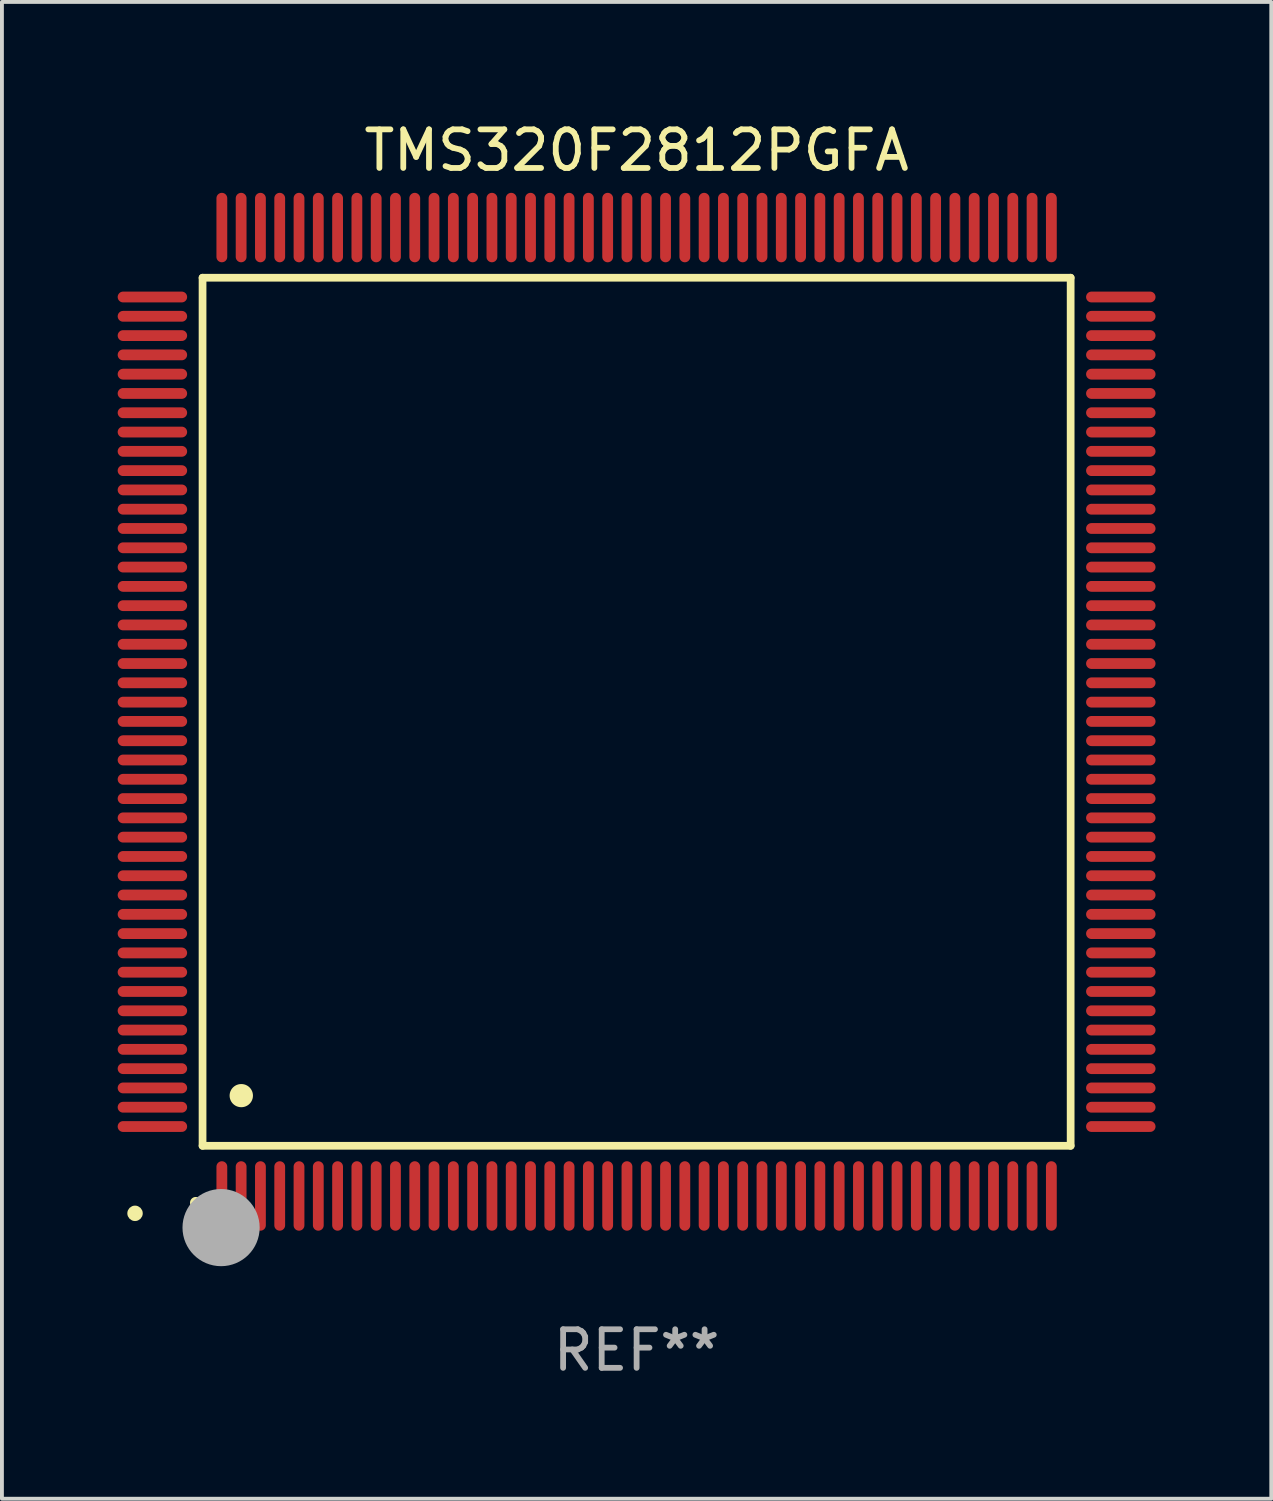
<source format=kicad_pcb>
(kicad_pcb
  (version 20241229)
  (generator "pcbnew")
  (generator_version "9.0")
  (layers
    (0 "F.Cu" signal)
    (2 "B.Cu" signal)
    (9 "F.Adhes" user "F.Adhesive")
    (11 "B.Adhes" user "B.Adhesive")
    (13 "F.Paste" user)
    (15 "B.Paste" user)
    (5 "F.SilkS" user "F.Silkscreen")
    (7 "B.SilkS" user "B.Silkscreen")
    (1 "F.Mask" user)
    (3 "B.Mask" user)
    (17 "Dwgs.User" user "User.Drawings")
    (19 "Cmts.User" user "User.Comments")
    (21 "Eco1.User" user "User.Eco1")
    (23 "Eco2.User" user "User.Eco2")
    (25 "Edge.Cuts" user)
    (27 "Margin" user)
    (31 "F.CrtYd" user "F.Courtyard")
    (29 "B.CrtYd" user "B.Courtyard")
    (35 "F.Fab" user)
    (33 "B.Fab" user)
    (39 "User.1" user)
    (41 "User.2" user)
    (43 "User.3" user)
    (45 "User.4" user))
  (footprint "TMS320F2812PGFA"
    (layer "F.Cu")
    (at 13.45 15.398)
    (property "Reference" "TMS320F2812PGFA" (at 0 -14.55 0) (layer "F.SilkS") (effects (font (size 1 1) (thickness 0.15))))
    (attr through_hole)
    (fp_line (start -11.25 -11.25) (end 11.25 -11.25) (stroke (width 0.2) (type solid)) (layer "F.SilkS"))
    (fp_line (start -11.25 11.25) (end -11.25 -11.25) (stroke (width 0.2) (type solid)) (layer "F.SilkS"))
    (fp_line (start 11.25 -11.25) (end 11.25 11.25) (stroke (width 0.2) (type solid)) (layer "F.SilkS"))
    (fp_line (start 11.25 11.25) (end -11.25 11.25) (stroke (width 0.2) (type solid)) (layer "F.SilkS"))
    (fp_arc (start -11.424943 12.725425) (mid -11.423673 12.72542) (end -11.422403 12.725425) (stroke (width 0.3) (type solid)) (layer "F.SilkS"))
    (fp_arc (start -10.24892 9.9492) (mid -10.24638 9.949189) (end -10.24384 9.9492) (stroke (width 0.6) (type solid)) (layer "F.SilkS"))
    (fp_circle (center -13 13) (end -12.9 13) (stroke (width 0.2) (type solid)) (fill no) (layer "F.SilkS"))
    (fp_circle (center -10.77 13.37) (end -10.27 13.37) (stroke (width 1) (type solid)) (fill no) (layer "F.Fab"))
    (fp_text user "REF**" (at 0 16.55 0) (layer "F.Fab") (effects (font (size 1 1) (thickness 0.15))))
    (pad "1" smd oval (at -10.75 12.55) (size 0.28 1.8) (layers "F.Cu" "F.Mask" "F.Paste"))
    (pad "2" smd oval (at -10.25 12.55) (size 0.28 1.8) (layers "F.Cu" "F.Mask" "F.Paste"))
    (pad "3" smd oval (at -9.75 12.55) (size 0.28 1.8) (layers "F.Cu" "F.Mask" "F.Paste"))
    (pad "4" smd oval (at -9.25 12.55) (size 0.28 1.8) (layers "F.Cu" "F.Mask" "F.Paste"))
    (pad "5" smd oval (at -8.75 12.55) (size 0.28 1.8) (layers "F.Cu" "F.Mask" "F.Paste"))
    (pad "6" smd oval (at -8.25 12.55) (size 0.28 1.8) (layers "F.Cu" "F.Mask" "F.Paste"))
    (pad "7" smd oval (at -7.75 12.55) (size 0.28 1.8) (layers "F.Cu" "F.Mask" "F.Paste"))
    (pad "8" smd oval (at -7.25 12.55) (size 0.28 1.8) (layers "F.Cu" "F.Mask" "F.Paste"))
    (pad "9" smd oval (at -6.75 12.55) (size 0.28 1.8) (layers "F.Cu" "F.Mask" "F.Paste"))
    (pad "10" smd oval (at -6.25 12.55) (size 0.28 1.8) (layers "F.Cu" "F.Mask" "F.Paste"))
    (pad "11" smd oval (at -5.75 12.55) (size 0.28 1.8) (layers "F.Cu" "F.Mask" "F.Paste"))
    (pad "12" smd oval (at -5.25 12.55) (size 0.28 1.8) (layers "F.Cu" "F.Mask" "F.Paste"))
    (pad "13" smd oval (at -4.75 12.55) (size 0.28 1.8) (layers "F.Cu" "F.Mask" "F.Paste"))
    (pad "14" smd oval (at -4.25 12.55) (size 0.28 1.8) (layers "F.Cu" "F.Mask" "F.Paste"))
    (pad "15" smd oval (at -3.75 12.55) (size 0.28 1.8) (layers "F.Cu" "F.Mask" "F.Paste"))
    (pad "16" smd oval (at -3.25 12.55) (size 0.28 1.8) (layers "F.Cu" "F.Mask" "F.Paste"))
    (pad "17" smd oval (at -2.75 12.55) (size 0.28 1.8) (layers "F.Cu" "F.Mask" "F.Paste"))
    (pad "18" smd oval (at -2.25 12.55) (size 0.28 1.8) (layers "F.Cu" "F.Mask" "F.Paste"))
    (pad "19" smd oval (at -1.75 12.55) (size 0.28 1.8) (layers "F.Cu" "F.Mask" "F.Paste"))
    (pad "20" smd oval (at -1.25 12.55) (size 0.28 1.8) (layers "F.Cu" "F.Mask" "F.Paste"))
    (pad "21" smd oval (at -0.75 12.55) (size 0.28 1.8) (layers "F.Cu" "F.Mask" "F.Paste"))
    (pad "22" smd oval (at -0.25 12.55) (size 0.28 1.8) (layers "F.Cu" "F.Mask" "F.Paste"))
    (pad "23" smd oval (at 0.25 12.55) (size 0.28 1.8) (layers "F.Cu" "F.Mask" "F.Paste"))
    (pad "24" smd oval (at 0.75 12.55) (size 0.28 1.8) (layers "F.Cu" "F.Mask" "F.Paste"))
    (pad "25" smd oval (at 1.25 12.55) (size 0.28 1.8) (layers "F.Cu" "F.Mask" "F.Paste"))
    (pad "26" smd oval (at 1.75 12.55) (size 0.28 1.8) (layers "F.Cu" "F.Mask" "F.Paste"))
    (pad "27" smd oval (at 2.25 12.55) (size 0.28 1.8) (layers "F.Cu" "F.Mask" "F.Paste"))
    (pad "28" smd oval (at 2.75 12.55) (size 0.28 1.8) (layers "F.Cu" "F.Mask" "F.Paste"))
    (pad "29" smd oval (at 3.25 12.55) (size 0.28 1.8) (layers "F.Cu" "F.Mask" "F.Paste"))
    (pad "30" smd oval (at 3.75 12.55) (size 0.28 1.8) (layers "F.Cu" "F.Mask" "F.Paste"))
    (pad "31" smd oval (at 4.25 12.55) (size 0.28 1.8) (layers "F.Cu" "F.Mask" "F.Paste"))
    (pad "32" smd oval (at 4.75 12.55) (size 0.28 1.8) (layers "F.Cu" "F.Mask" "F.Paste"))
    (pad "33" smd oval (at 5.25 12.55) (size 0.28 1.8) (layers "F.Cu" "F.Mask" "F.Paste"))
    (pad "34" smd oval (at 5.75 12.55) (size 0.28 1.8) (layers "F.Cu" "F.Mask" "F.Paste"))
    (pad "35" smd oval (at 6.25 12.55) (size 0.28 1.8) (layers "F.Cu" "F.Mask" "F.Paste"))
    (pad "36" smd oval (at 6.75 12.55) (size 0.28 1.8) (layers "F.Cu" "F.Mask" "F.Paste"))
    (pad "37" smd oval (at 7.25 12.55) (size 0.28 1.8) (layers "F.Cu" "F.Mask" "F.Paste"))
    (pad "38" smd oval (at 7.75 12.55) (size 0.28 1.8) (layers "F.Cu" "F.Mask" "F.Paste"))
    (pad "39" smd oval (at 8.25 12.55) (size 0.28 1.8) (layers "F.Cu" "F.Mask" "F.Paste"))
    (pad "40" smd oval (at 8.75 12.55) (size 0.28 1.8) (layers "F.Cu" "F.Mask" "F.Paste"))
    (pad "41" smd oval (at 9.25 12.55) (size 0.28 1.8) (layers "F.Cu" "F.Mask" "F.Paste"))
    (pad "42" smd oval (at 9.75 12.55) (size 0.28 1.8) (layers "F.Cu" "F.Mask" "F.Paste"))
    (pad "43" smd oval (at 10.25 12.55) (size 0.28 1.8) (layers "F.Cu" "F.Mask" "F.Paste"))
    (pad "44" smd oval (at 10.75 12.55) (size 0.28 1.8) (layers "F.Cu" "F.Mask" "F.Paste"))
    (pad "45" smd oval (at 12.55 10.75) (size 1.8 0.28) (layers "F.Cu" "F.Mask" "F.Paste"))
    (pad "46" smd oval (at 12.55 10.25) (size 1.8 0.28) (layers "F.Cu" "F.Mask" "F.Paste"))
    (pad "47" smd oval (at 12.55 9.75) (size 1.8 0.28) (layers "F.Cu" "F.Mask" "F.Paste"))
    (pad "48" smd oval (at 12.55 9.25) (size 1.8 0.28) (layers "F.Cu" "F.Mask" "F.Paste"))
    (pad "49" smd oval (at 12.55 8.75) (size 1.8 0.28) (layers "F.Cu" "F.Mask" "F.Paste"))
    (pad "50" smd oval (at 12.55 8.25) (size 1.8 0.28) (layers "F.Cu" "F.Mask" "F.Paste"))
    (pad "51" smd oval (at 12.55 7.75) (size 1.8 0.28) (layers "F.Cu" "F.Mask" "F.Paste"))
    (pad "52" smd oval (at 12.55 7.25) (size 1.8 0.28) (layers "F.Cu" "F.Mask" "F.Paste"))
    (pad "53" smd oval (at 12.55 6.75) (size 1.8 0.28) (layers "F.Cu" "F.Mask" "F.Paste"))
    (pad "54" smd oval (at 12.55 6.25) (size 1.8 0.28) (layers "F.Cu" "F.Mask" "F.Paste"))
    (pad "55" smd oval (at 12.55 5.75) (size 1.8 0.28) (layers "F.Cu" "F.Mask" "F.Paste"))
    (pad "56" smd oval (at 12.55 5.25) (size 1.8 0.28) (layers "F.Cu" "F.Mask" "F.Paste"))
    (pad "57" smd oval (at 12.55 4.75) (size 1.8 0.28) (layers "F.Cu" "F.Mask" "F.Paste"))
    (pad "58" smd oval (at 12.55 4.25) (size 1.8 0.28) (layers "F.Cu" "F.Mask" "F.Paste"))
    (pad "59" smd oval (at 12.55 3.75) (size 1.8 0.28) (layers "F.Cu" "F.Mask" "F.Paste"))
    (pad "60" smd oval (at 12.55 3.25) (size 1.8 0.28) (layers "F.Cu" "F.Mask" "F.Paste"))
    (pad "61" smd oval (at 12.55 2.75) (size 1.8 0.28) (layers "F.Cu" "F.Mask" "F.Paste"))
    (pad "62" smd oval (at 12.55 2.25) (size 1.8 0.28) (layers "F.Cu" "F.Mask" "F.Paste"))
    (pad "63" smd oval (at 12.55 1.75) (size 1.8 0.28) (layers "F.Cu" "F.Mask" "F.Paste"))
    (pad "64" smd oval (at 12.55 1.25) (size 1.8 0.28) (layers "F.Cu" "F.Mask" "F.Paste"))
    (pad "65" smd oval (at 12.55 0.75) (size 1.8 0.28) (layers "F.Cu" "F.Mask" "F.Paste"))
    (pad "66" smd oval (at 12.55 0.25) (size 1.8 0.28) (layers "F.Cu" "F.Mask" "F.Paste"))
    (pad "67" smd oval (at 12.55 -0.25) (size 1.8 0.28) (layers "F.Cu" "F.Mask" "F.Paste"))
    (pad "68" smd oval (at 12.55 -0.75) (size 1.8 0.28) (layers "F.Cu" "F.Mask" "F.Paste"))
    (pad "69" smd oval (at 12.55 -1.25) (size 1.8 0.28) (layers "F.Cu" "F.Mask" "F.Paste"))
    (pad "70" smd oval (at 12.55 -1.75) (size 1.8 0.28) (layers "F.Cu" "F.Mask" "F.Paste"))
    (pad "71" smd oval (at 12.55 -2.25) (size 1.8 0.28) (layers "F.Cu" "F.Mask" "F.Paste"))
    (pad "72" smd oval (at 12.55 -2.75) (size 1.8 0.28) (layers "F.Cu" "F.Mask" "F.Paste"))
    (pad "73" smd oval (at 12.55 -3.25) (size 1.8 0.28) (layers "F.Cu" "F.Mask" "F.Paste"))
    (pad "74" smd oval (at 12.55 -3.75) (size 1.8 0.28) (layers "F.Cu" "F.Mask" "F.Paste"))
    (pad "75" smd oval (at 12.55 -4.25) (size 1.8 0.28) (layers "F.Cu" "F.Mask" "F.Paste"))
    (pad "76" smd oval (at 12.55 -4.75) (size 1.8 0.28) (layers "F.Cu" "F.Mask" "F.Paste"))
    (pad "77" smd oval (at 12.55 -5.25) (size 1.8 0.28) (layers "F.Cu" "F.Mask" "F.Paste"))
    (pad "78" smd oval (at 12.55 -5.75) (size 1.8 0.28) (layers "F.Cu" "F.Mask" "F.Paste"))
    (pad "79" smd oval (at 12.55 -6.25) (size 1.8 0.28) (layers "F.Cu" "F.Mask" "F.Paste"))
    (pad "80" smd oval (at 12.55 -6.75) (size 1.8 0.28) (layers "F.Cu" "F.Mask" "F.Paste"))
    (pad "81" smd oval (at 12.55 -7.25) (size 1.8 0.28) (layers "F.Cu" "F.Mask" "F.Paste"))
    (pad "82" smd oval (at 12.55 -7.75) (size 1.8 0.28) (layers "F.Cu" "F.Mask" "F.Paste"))
    (pad "83" smd oval (at 12.55 -8.25) (size 1.8 0.28) (layers "F.Cu" "F.Mask" "F.Paste"))
    (pad "84" smd oval (at 12.55 -8.75) (size 1.8 0.28) (layers "F.Cu" "F.Mask" "F.Paste"))
    (pad "85" smd oval (at 12.55 -9.25) (size 1.8 0.28) (layers "F.Cu" "F.Mask" "F.Paste"))
    (pad "86" smd oval (at 12.55 -9.75) (size 1.8 0.28) (layers "F.Cu" "F.Mask" "F.Paste"))
    (pad "87" smd oval (at 12.55 -10.25) (size 1.8 0.28) (layers "F.Cu" "F.Mask" "F.Paste"))
    (pad "88" smd oval (at 12.55 -10.75) (size 1.8 0.28) (layers "F.Cu" "F.Mask" "F.Paste"))
    (pad "89" smd oval (at 10.75 -12.55) (size 0.28 1.8) (layers "F.Cu" "F.Mask" "F.Paste"))
    (pad "90" smd oval (at 10.25 -12.55) (size 0.28 1.8) (layers "F.Cu" "F.Mask" "F.Paste"))
    (pad "91" smd oval (at 9.75 -12.55) (size 0.28 1.8) (layers "F.Cu" "F.Mask" "F.Paste"))
    (pad "92" smd oval (at 9.25 -12.55) (size 0.28 1.8) (layers "F.Cu" "F.Mask" "F.Paste"))
    (pad "93" smd oval (at 8.75 -12.55) (size 0.28 1.8) (layers "F.Cu" "F.Mask" "F.Paste"))
    (pad "94" smd oval (at 8.25 -12.55) (size 0.28 1.8) (layers "F.Cu" "F.Mask" "F.Paste"))
    (pad "95" smd oval (at 7.75 -12.55) (size 0.28 1.8) (layers "F.Cu" "F.Mask" "F.Paste"))
    (pad "96" smd oval (at 7.25 -12.55) (size 0.28 1.8) (layers "F.Cu" "F.Mask" "F.Paste"))
    (pad "97" smd oval (at 6.75 -12.55) (size 0.28 1.8) (layers "F.Cu" "F.Mask" "F.Paste"))
    (pad "98" smd oval (at 6.25 -12.55) (size 0.28 1.8) (layers "F.Cu" "F.Mask" "F.Paste"))
    (pad "99" smd oval (at 5.75 -12.55) (size 0.28 1.8) (layers "F.Cu" "F.Mask" "F.Paste"))
    (pad "100" smd oval (at 5.25 -12.55) (size 0.28 1.8) (layers "F.Cu" "F.Mask" "F.Paste"))
    (pad "101" smd oval (at 4.75 -12.55) (size 0.28 1.8) (layers "F.Cu" "F.Mask" "F.Paste"))
    (pad "102" smd oval (at 4.25 -12.55) (size 0.28 1.8) (layers "F.Cu" "F.Mask" "F.Paste"))
    (pad "103" smd oval (at 3.75 -12.55) (size 0.28 1.8) (layers "F.Cu" "F.Mask" "F.Paste"))
    (pad "104" smd oval (at 3.25 -12.55) (size 0.28 1.8) (layers "F.Cu" "F.Mask" "F.Paste"))
    (pad "105" smd oval (at 2.75 -12.55) (size 0.28 1.8) (layers "F.Cu" "F.Mask" "F.Paste"))
    (pad "106" smd oval (at 2.25 -12.55) (size 0.28 1.8) (layers "F.Cu" "F.Mask" "F.Paste"))
    (pad "107" smd oval (at 1.75 -12.55) (size 0.28 1.8) (layers "F.Cu" "F.Mask" "F.Paste"))
    (pad "108" smd oval (at 1.25 -12.55) (size 0.28 1.8) (layers "F.Cu" "F.Mask" "F.Paste"))
    (pad "109" smd oval (at 0.75 -12.55) (size 0.28 1.8) (layers "F.Cu" "F.Mask" "F.Paste"))
    (pad "110" smd oval (at 0.25 -12.55) (size 0.28 1.8) (layers "F.Cu" "F.Mask" "F.Paste"))
    (pad "111" smd oval (at -0.25 -12.55) (size 0.28 1.8) (layers "F.Cu" "F.Mask" "F.Paste"))
    (pad "112" smd oval (at -0.75 -12.55) (size 0.28 1.8) (layers "F.Cu" "F.Mask" "F.Paste"))
    (pad "113" smd oval (at -1.25 -12.55) (size 0.28 1.8) (layers "F.Cu" "F.Mask" "F.Paste"))
    (pad "114" smd oval (at -1.75 -12.55) (size 0.28 1.8) (layers "F.Cu" "F.Mask" "F.Paste"))
    (pad "115" smd oval (at -2.25 -12.55) (size 0.28 1.8) (layers "F.Cu" "F.Mask" "F.Paste"))
    (pad "116" smd oval (at -2.75 -12.55) (size 0.28 1.8) (layers "F.Cu" "F.Mask" "F.Paste"))
    (pad "117" smd oval (at -3.25 -12.55) (size 0.28 1.8) (layers "F.Cu" "F.Mask" "F.Paste"))
    (pad "118" smd oval (at -3.75 -12.55) (size 0.28 1.8) (layers "F.Cu" "F.Mask" "F.Paste"))
    (pad "119" smd oval (at -4.25 -12.55) (size 0.28 1.8) (layers "F.Cu" "F.Mask" "F.Paste"))
    (pad "120" smd oval (at -4.75 -12.55) (size 0.28 1.8) (layers "F.Cu" "F.Mask" "F.Paste"))
    (pad "121" smd oval (at -5.25 -12.55) (size 0.28 1.8) (layers "F.Cu" "F.Mask" "F.Paste"))
    (pad "122" smd oval (at -5.75 -12.55) (size 0.28 1.8) (layers "F.Cu" "F.Mask" "F.Paste"))
    (pad "123" smd oval (at -6.25 -12.55) (size 0.28 1.8) (layers "F.Cu" "F.Mask" "F.Paste"))
    (pad "124" smd oval (at -6.75 -12.55) (size 0.28 1.8) (layers "F.Cu" "F.Mask" "F.Paste"))
    (pad "125" smd oval (at -7.25 -12.55) (size 0.28 1.8) (layers "F.Cu" "F.Mask" "F.Paste"))
    (pad "126" smd oval (at -7.75 -12.55) (size 0.28 1.8) (layers "F.Cu" "F.Mask" "F.Paste"))
    (pad "127" smd oval (at -8.25 -12.55) (size 0.28 1.8) (layers "F.Cu" "F.Mask" "F.Paste"))
    (pad "128" smd oval (at -8.75 -12.55) (size 0.28 1.8) (layers "F.Cu" "F.Mask" "F.Paste"))
    (pad "129" smd oval (at -9.25 -12.55) (size 0.28 1.8) (layers "F.Cu" "F.Mask" "F.Paste"))
    (pad "130" smd oval (at -9.75 -12.55) (size 0.28 1.8) (layers "F.Cu" "F.Mask" "F.Paste"))
    (pad "131" smd oval (at -10.25 -12.55) (size 0.28 1.8) (layers "F.Cu" "F.Mask" "F.Paste"))
    (pad "132" smd oval (at -10.75 -12.55) (size 0.28 1.8) (layers "F.Cu" "F.Mask" "F.Paste"))
    (pad "133" smd oval (at -12.55 -10.75) (size 1.8 0.28) (layers "F.Cu" "F.Mask" "F.Paste"))
    (pad "134" smd oval (at -12.55 -10.25) (size 1.8 0.28) (layers "F.Cu" "F.Mask" "F.Paste"))
    (pad "135" smd oval (at -12.55 -9.75) (size 1.8 0.28) (layers "F.Cu" "F.Mask" "F.Paste"))
    (pad "136" smd oval (at -12.55 -9.25) (size 1.8 0.28) (layers "F.Cu" "F.Mask" "F.Paste"))
    (pad "137" smd oval (at -12.55 -8.75) (size 1.8 0.28) (layers "F.Cu" "F.Mask" "F.Paste"))
    (pad "138" smd oval (at -12.55 -8.25) (size 1.8 0.28) (layers "F.Cu" "F.Mask" "F.Paste"))
    (pad "139" smd oval (at -12.55 -7.75) (size 1.8 0.28) (layers "F.Cu" "F.Mask" "F.Paste"))
    (pad "140" smd oval (at -12.55 -7.25) (size 1.8 0.28) (layers "F.Cu" "F.Mask" "F.Paste"))
    (pad "141" smd oval (at -12.55 -6.75) (size 1.8 0.28) (layers "F.Cu" "F.Mask" "F.Paste"))
    (pad "142" smd oval (at -12.55 -6.25) (size 1.8 0.28) (layers "F.Cu" "F.Mask" "F.Paste"))
    (pad "143" smd oval (at -12.55 -5.75) (size 1.8 0.28) (layers "F.Cu" "F.Mask" "F.Paste"))
    (pad "144" smd oval (at -12.55 -5.25) (size 1.8 0.28) (layers "F.Cu" "F.Mask" "F.Paste"))
    (pad "145" smd oval (at -12.55 -4.75) (size 1.8 0.28) (layers "F.Cu" "F.Mask" "F.Paste"))
    (pad "146" smd oval (at -12.55 -4.25) (size 1.8 0.28) (layers "F.Cu" "F.Mask" "F.Paste"))
    (pad "147" smd oval (at -12.55 -3.75) (size 1.8 0.28) (layers "F.Cu" "F.Mask" "F.Paste"))
    (pad "148" smd oval (at -12.55 -3.25) (size 1.8 0.28) (layers "F.Cu" "F.Mask" "F.Paste"))
    (pad "149" smd oval (at -12.55 -2.75) (size 1.8 0.28) (layers "F.Cu" "F.Mask" "F.Paste"))
    (pad "150" smd oval (at -12.55 -2.25) (size 1.8 0.28) (layers "F.Cu" "F.Mask" "F.Paste"))
    (pad "151" smd oval (at -12.55 -1.75) (size 1.8 0.28) (layers "F.Cu" "F.Mask" "F.Paste"))
    (pad "152" smd oval (at -12.55 -1.25) (size 1.8 0.28) (layers "F.Cu" "F.Mask" "F.Paste"))
    (pad "153" smd oval (at -12.55 -0.75) (size 1.8 0.28) (layers "F.Cu" "F.Mask" "F.Paste"))
    (pad "154" smd oval (at -12.55 -0.25) (size 1.8 0.28) (layers "F.Cu" "F.Mask" "F.Paste"))
    (pad "155" smd oval (at -12.55 0.25) (size 1.8 0.28) (layers "F.Cu" "F.Mask" "F.Paste"))
    (pad "156" smd oval (at -12.55 0.75) (size 1.8 0.28) (layers "F.Cu" "F.Mask" "F.Paste"))
    (pad "157" smd oval (at -12.55 1.25) (size 1.8 0.28) (layers "F.Cu" "F.Mask" "F.Paste"))
    (pad "158" smd oval (at -12.55 1.75) (size 1.8 0.28) (layers "F.Cu" "F.Mask" "F.Paste"))
    (pad "159" smd oval (at -12.55 2.25) (size 1.8 0.28) (layers "F.Cu" "F.Mask" "F.Paste"))
    (pad "160" smd oval (at -12.55 2.75) (size 1.8 0.28) (layers "F.Cu" "F.Mask" "F.Paste"))
    (pad "161" smd oval (at -12.55 3.25) (size 1.8 0.28) (layers "F.Cu" "F.Mask" "F.Paste"))
    (pad "162" smd oval (at -12.55 3.75) (size 1.8 0.28) (layers "F.Cu" "F.Mask" "F.Paste"))
    (pad "163" smd oval (at -12.55 4.25) (size 1.8 0.28) (layers "F.Cu" "F.Mask" "F.Paste"))
    (pad "164" smd oval (at -12.55 4.75) (size 1.8 0.28) (layers "F.Cu" "F.Mask" "F.Paste"))
    (pad "165" smd oval (at -12.55 5.25) (size 1.8 0.28) (layers "F.Cu" "F.Mask" "F.Paste"))
    (pad "166" smd oval (at -12.55 5.75) (size 1.8 0.28) (layers "F.Cu" "F.Mask" "F.Paste"))
    (pad "167" smd oval (at -12.55 6.25) (size 1.8 0.28) (layers "F.Cu" "F.Mask" "F.Paste"))
    (pad "168" smd oval (at -12.55 6.75) (size 1.8 0.28) (layers "F.Cu" "F.Mask" "F.Paste"))
    (pad "169" smd oval (at -12.55 7.25) (size 1.8 0.28) (layers "F.Cu" "F.Mask" "F.Paste"))
    (pad "170" smd oval (at -12.55 7.75) (size 1.8 0.28) (layers "F.Cu" "F.Mask" "F.Paste"))
    (pad "171" smd oval (at -12.55 8.25) (size 1.8 0.28) (layers "F.Cu" "F.Mask" "F.Paste"))
    (pad "172" smd oval (at -12.55 8.75) (size 1.8 0.28) (layers "F.Cu" "F.Mask" "F.Paste"))
    (pad "173" smd oval (at -12.55 9.25) (size 1.8 0.28) (layers "F.Cu" "F.Mask" "F.Paste"))
    (pad "174" smd oval (at -12.55 9.75) (size 1.8 0.28) (layers "F.Cu" "F.Mask" "F.Paste"))
    (pad "175" smd oval (at -12.55 10.25) (size 1.8 0.28) (layers "F.Cu" "F.Mask" "F.Paste"))
    (pad "176" smd oval (at -12.55 10.75) (size 1.8 0.28) (layers "F.Cu" "F.Mask" "F.Paste")))
  (gr_rect
    (start -3 -3)
    (end 29.9 35.796)
    (stroke (width 0.1) (type default))
    (fill no)
    (layer "Edge.Cuts")))
</source>
